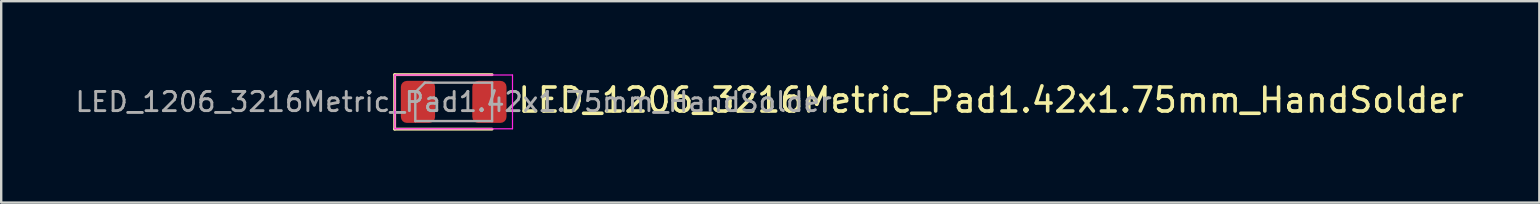
<source format=kicad_pcb>
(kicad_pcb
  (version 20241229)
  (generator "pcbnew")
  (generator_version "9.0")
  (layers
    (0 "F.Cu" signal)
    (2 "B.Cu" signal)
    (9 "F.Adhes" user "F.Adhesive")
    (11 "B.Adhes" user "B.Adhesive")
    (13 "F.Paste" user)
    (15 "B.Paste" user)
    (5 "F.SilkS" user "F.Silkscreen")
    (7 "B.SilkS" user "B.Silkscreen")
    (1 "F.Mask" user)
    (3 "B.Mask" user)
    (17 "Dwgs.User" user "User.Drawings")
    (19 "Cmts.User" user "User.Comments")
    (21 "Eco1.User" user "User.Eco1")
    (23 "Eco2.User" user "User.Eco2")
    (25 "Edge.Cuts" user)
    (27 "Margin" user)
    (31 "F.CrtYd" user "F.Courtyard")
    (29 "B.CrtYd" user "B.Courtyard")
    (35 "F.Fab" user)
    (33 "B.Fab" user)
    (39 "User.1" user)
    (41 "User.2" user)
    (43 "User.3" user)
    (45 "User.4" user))
  (footprint "LED_1206_3216Metric_Pad1.42x1.75mm_HandSolder"
    (layer "F.Cu")
    (at 15.852 1.195)
    (property "Reference" "LED_1206_3216Metric_Pad1.42x1.75mm_HandSolder" (at 2.6 -0.076 0) (layer "F.SilkS") (effects (font (size 1 1) (thickness 0.15)) (justify left)))
    (attr smd)
    (fp_line (start -2.46 -1.135) (end -2.46 1.135) (stroke (width 0.12) (type solid)) (layer "F.SilkS"))
    (fp_line (start -2.46 1.135) (end 1.6 1.135) (stroke (width 0.12) (type solid)) (layer "F.SilkS"))
    (fp_line (start 1.6 -1.135) (end -2.46 -1.135) (stroke (width 0.12) (type solid)) (layer "F.SilkS"))
    (fp_line (start -2.45 -1.12) (end 2.45 -1.12) (stroke (width 0.05) (type solid)) (layer "F.CrtYd"))
    (fp_line (start -2.45 1.12) (end -2.45 -1.12) (stroke (width 0.05) (type solid)) (layer "F.CrtYd"))
    (fp_line (start 2.45 -1.12) (end 2.45 1.12) (stroke (width 0.05) (type solid)) (layer "F.CrtYd"))
    (fp_line (start 2.45 1.12) (end -2.45 1.12) (stroke (width 0.05) (type solid)) (layer "F.CrtYd"))
    (fp_line (start -1.6 -0.4) (end -1.6 0.8) (stroke (width 0.1) (type solid)) (layer "F.Fab"))
    (fp_line (start -1.6 0.8) (end 1.6 0.8) (stroke (width 0.1) (type solid)) (layer "F.Fab"))
    (fp_line (start -1.2 -0.8) (end -1.6 -0.4) (stroke (width 0.1) (type solid)) (layer "F.Fab"))
    (fp_line (start 1.6 -0.8) (end -1.2 -0.8) (stroke (width 0.1) (type solid)) (layer "F.Fab"))
    (fp_line (start 1.6 0.8) (end 1.6 -0.8) (stroke (width 0.1) (type solid)) (layer "F.Fab"))
    (fp_text user "${REFERENCE}" (at 0 0 0) (layer "F.Fab") (effects (font (size 0.8 0.8) (thickness 0.12))))
    (pad "1" smd roundrect (at -1.488 0) (size 1.425 1.75) (layers "F.Cu" "F.Mask" "F.Paste") (roundrect_rratio 0.175))
    (pad "2" smd roundrect (at 1.488 0) (size 1.425 1.75) (layers "F.Cu" "F.Mask" "F.Paste") (roundrect_rratio 0.175)))
  (gr_rect
    (start -3 -3)
    (end 61.083 5.39)
    (stroke (width 0.1) (type default))
    (fill no)
    (layer "Edge.Cuts")))
</source>
